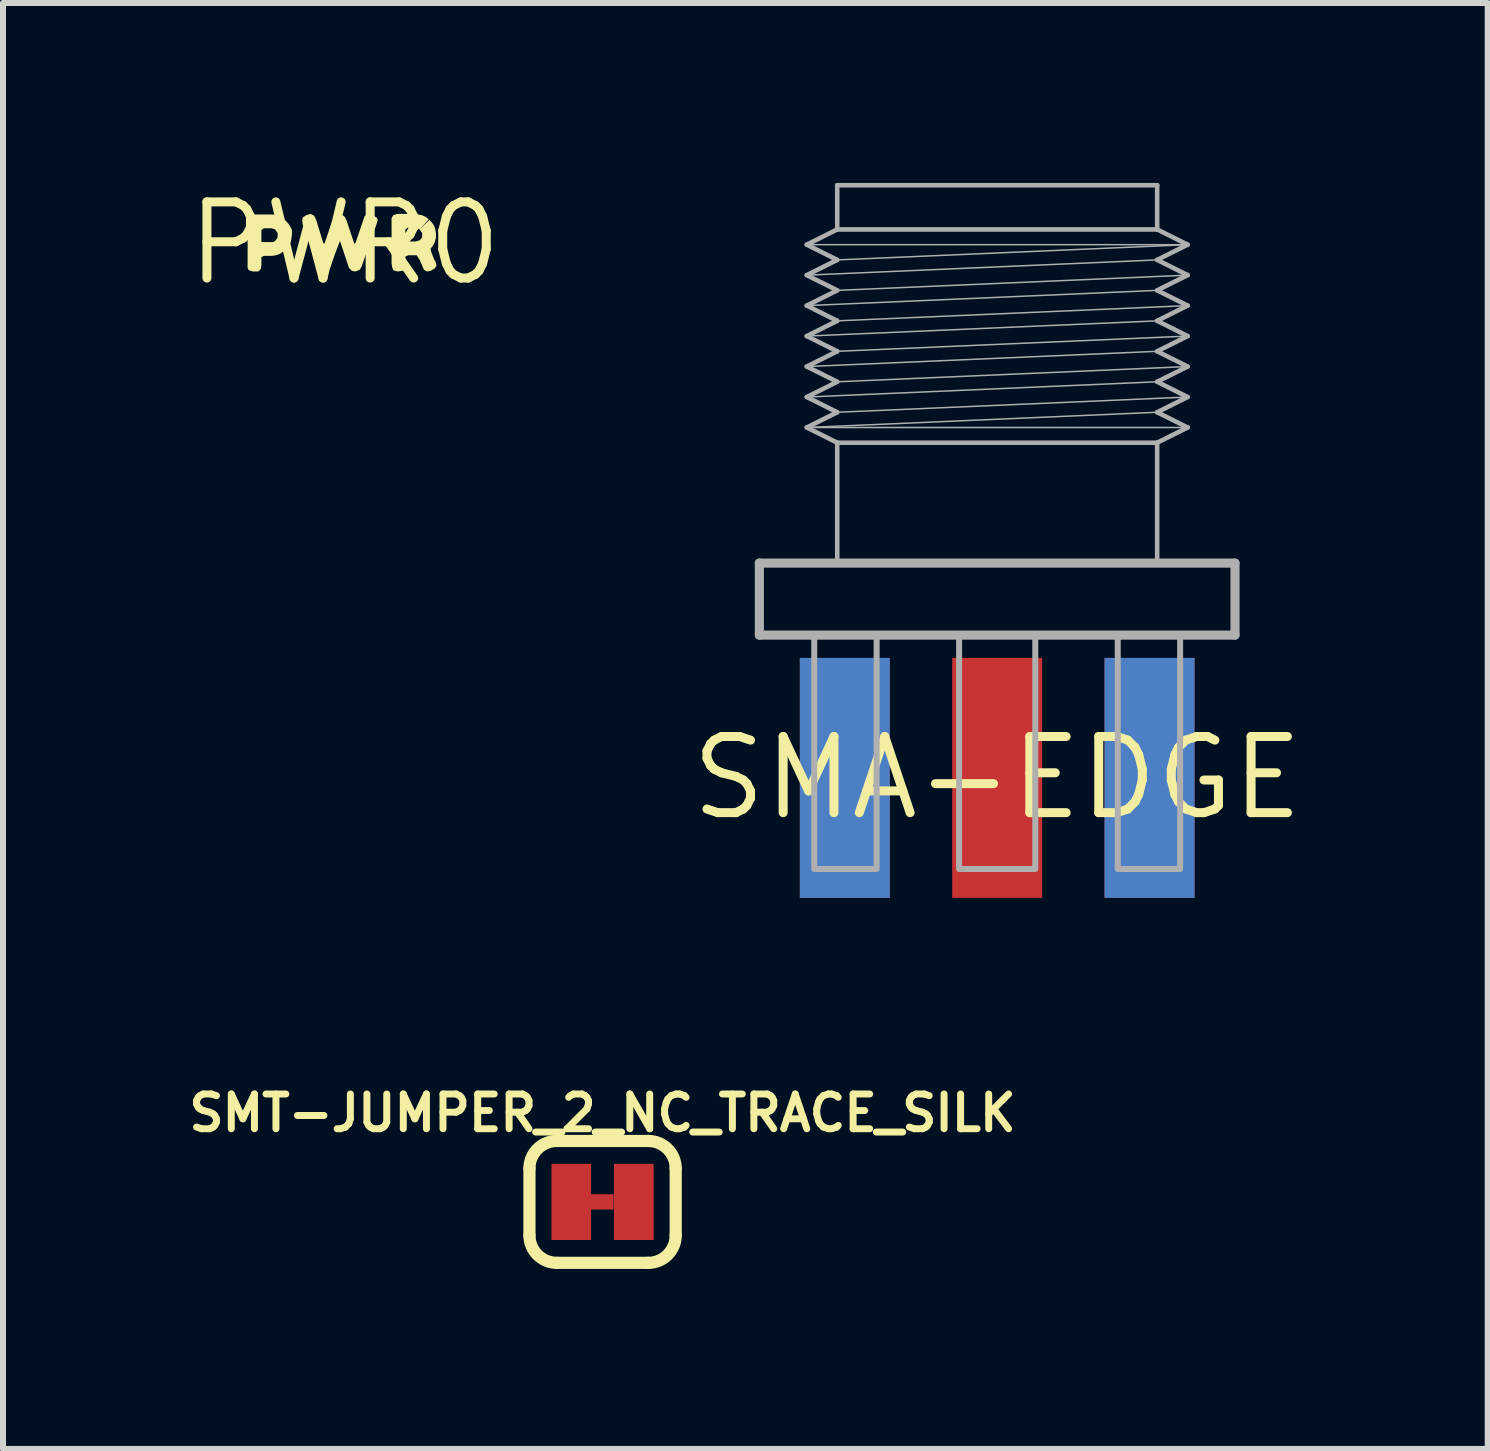
<source format=kicad_pcb>
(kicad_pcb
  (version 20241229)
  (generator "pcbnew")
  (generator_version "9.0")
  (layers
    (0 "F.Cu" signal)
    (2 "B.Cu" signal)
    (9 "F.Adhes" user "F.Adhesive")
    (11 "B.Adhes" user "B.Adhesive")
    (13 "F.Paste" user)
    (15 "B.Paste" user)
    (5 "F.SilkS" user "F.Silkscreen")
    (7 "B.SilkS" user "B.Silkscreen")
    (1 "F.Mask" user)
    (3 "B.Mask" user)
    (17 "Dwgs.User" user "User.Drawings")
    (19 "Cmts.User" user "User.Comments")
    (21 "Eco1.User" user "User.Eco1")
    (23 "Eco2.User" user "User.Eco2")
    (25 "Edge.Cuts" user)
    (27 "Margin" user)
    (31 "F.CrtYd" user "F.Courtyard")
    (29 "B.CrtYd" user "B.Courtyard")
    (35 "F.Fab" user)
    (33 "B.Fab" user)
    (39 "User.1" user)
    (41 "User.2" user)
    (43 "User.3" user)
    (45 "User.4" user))
  (footprint "PWR0"
    (layer "F.Cu")
    (at 2.698 1.006)
    (property "Reference" "PWR0" (at 0 0 0) (layer "F.SilkS") (effects (font (size 1.27 1.27) (thickness 0.15))))
    (attr through_hole)
    (fp_poly (pts (xy 0.46 -0.47) (xy 0.39 -0.49) (xy 0.33 -0.45) (xy 0.18 -0.01) (xy 0.16 0.01) (xy 0.03 -0.38) (xy 0 -0.44) (xy -0.05 -0.48) (xy -0.12 -0.47) (xy -0.18 -0.44) (xy -0.21 -0.37) (xy -0.34 0.01) (xy -0.36 -0.01) (xy -0.48 -0.4) (xy -0.51 -0.46) (xy -0.57 -0.49) (xy -0.64 -0.47) (xy -0.7 -0.43) (xy -0.71 -0.38) (xy -0.7 -0.31) (xy -0.45 0.4) (xy -0.41 0.45) (xy -0.35 0.47) (xy -0.28 0.46) (xy -0.24 0.4) (xy -0.16 0.17) (xy -0.08 -0.04) (xy 0.05 0.35) (xy 0.07 0.41) (xy 0.12 0.46) (xy 0.18 0.47) (xy 0.25 0.44) (xy 0.28 0.39) (xy 0.53 -0.32) (xy 0.55 -0.39) (xy 0.53 -0.43)) (stroke (width 0) (type solid)) (fill yes) (layer "F.SilkS"))
    (fp_poly (pts (xy -0.89 -0.24) (xy -0.92 -0.3) (xy -0.96 -0.35) (xy -1.01 -0.4) (xy -1.07 -0.44) (xy -1.13 -0.47) (xy -1.2 -0.48) (xy -1.26 -0.48) (xy -1.46 -0.48) (xy -1.54 -0.48) (xy -1.6 -0.46) (xy -1.62 -0.41) (xy -1.62 0.34) (xy -1.62 0.41) (xy -1.6 0.45) (xy -1.53 0.47) (xy -1.44 0.47) (xy -1.4 0.43) (xy -1.39 0.37) (xy -1.39 0.23) (xy -1.35 0.21) (xy -1.21 0.21) (xy -1.15 0.2) (xy -1.09 0.18) (xy -1.19 -0.02) (xy -1.39 -0.02) (xy -1.39 -0.22) (xy -1.35 -0.25) (xy -1.22 -0.25) (xy -1.16 -0.23) (xy -1.12 -0.17) (xy -1.12 -0.1) (xy -1.15 -0.05) (xy -1.19 -0.02) (xy -1.09 0.18) (xy -1.03 0.14) (xy -0.97 0.1) (xy -0.93 0.05) (xy -0.9 -0.02) (xy -0.89 -0.08) (xy -0.88 -0.15) (xy -0.88 -0.22)) (stroke (width 0) (type solid)) (fill yes) (layer "F.SilkS"))
    (fp_poly (pts (xy 1.49 0.27) (xy 1.44 0.14) (xy 1.43 0.09) (xy 1.47 0.04) (xy 1.5 -0.02) (xy 1.52 -0.09) (xy 1.52 -0.16) (xy 1.51 -0.23) (xy 1.49 -0.29) (xy 1.45 -0.35) (xy 1.41 -0.39) (xy 1.25 -0.23) (xy 1.29 -0.17) (xy 1.29 -0.1) (xy 1.25 -0.05) (xy 1.18 -0.03) (xy 1.05 -0.03) (xy 1.01 -0.03) (xy 1.01 -0.23) (xy 1.05 -0.26) (xy 1.12 -0.26) (xy 1.19 -0.26) (xy 1.25 -0.23) (xy 1.4 -0.4) (xy 1.35 -0.44) (xy 1.28 -0.47) (xy 1.22 -0.48) (xy 1.16 -0.49) (xy 0.88 -0.49) (xy 0.81 -0.47) (xy 0.78 -0.42) (xy 0.78 -0.35) (xy 0.78 0.33) (xy 0.79 0.4) (xy 0.81 0.45) (xy 0.88 0.47) (xy 0.96 0.46) (xy 1 0.42) (xy 1.01 0.36) (xy 1.01 0.22) (xy 1.06 0.2) (xy 1.2 0.2) (xy 1.25 0.28) (xy 1.32 0.44) (xy 1.37 0.47) (xy 1.43 0.46) (xy 1.5 0.42) (xy 1.53 0.37) (xy 1.51 0.3)) (stroke (width 0) (type solid)) (fill yes) (layer "F.SilkS")))
  (footprint "SMA-EDGE"
    (layer "F.Cu")
    (at 13.575 9.919)
    (property "Reference" "SMA-EDGE" (at 0 0 0) (layer "F.SilkS") (effects (font (size 1.27 1.27) (thickness 0.15))))
    (attr through_hole)
    (fp_line (start -3.965 -3.581) (end 3.965 -3.581) (stroke (width 0.152) (type solid)) (layer "F.Fab"))
    (fp_line (start -3.965 -2.381) (end -3.965 -3.581) (stroke (width 0.152) (type solid)) (layer "F.Fab"))
    (fp_line (start -3.175 -8.89) (end -2.667 -9.144) (stroke (width 0.076) (type solid)) (layer "F.Fab"))
    (fp_line (start -3.175 -8.382) (end -2.667 -8.636) (stroke (width 0.076) (type solid)) (layer "F.Fab"))
    (fp_line (start -3.175 -8.382) (end 2.667 -8.636) (stroke (width 0.025) (type solid)) (layer "F.Fab"))
    (fp_line (start -3.175 -7.874) (end -2.667 -8.128) (stroke (width 0.076) (type solid)) (layer "F.Fab"))
    (fp_line (start -3.175 -7.874) (end -2.667 -7.62) (stroke (width 0.076) (type solid)) (layer "F.Fab"))
    (fp_line (start -3.175 -7.874) (end 2.667 -8.128) (stroke (width 0.025) (type solid)) (layer "F.Fab"))
    (fp_line (start -3.175 -7.366) (end -2.667 -7.62) (stroke (width 0.076) (type solid)) (layer "F.Fab"))
    (fp_line (start -3.175 -7.366) (end 2.667 -7.62) (stroke (width 0.025) (type solid)) (layer "F.Fab"))
    (fp_line (start -3.175 -6.858) (end -2.667 -7.112) (stroke (width 0.076) (type solid)) (layer "F.Fab"))
    (fp_line (start -3.175 -6.858) (end 2.667 -7.112) (stroke (width 0.025) (type solid)) (layer "F.Fab"))
    (fp_line (start -3.175 -6.35) (end -2.667 -6.604) (stroke (width 0.076) (type solid)) (layer "F.Fab"))
    (fp_line (start -3.175 -6.35) (end 2.667 -6.604) (stroke (width 0.025) (type solid)) (layer "F.Fab"))
    (fp_line (start -3.175 -5.842) (end -2.667 -6.096) (stroke (width 0.076) (type solid)) (layer "F.Fab"))
    (fp_line (start -3.175 -5.842) (end 2.667 -6.096) (stroke (width 0.025) (type solid)) (layer "F.Fab"))
    (fp_line (start -3.175 -5.842) (end 3.175 -5.842) (stroke (width 0.025) (type solid)) (layer "F.Fab"))
    (fp_line (start -2.667 -9.881) (end 2.667 -9.881) (stroke (width 0.076) (type solid)) (layer "F.Fab"))
    (fp_line (start -2.667 -9.144) (end -2.667 -9.881) (stroke (width 0.076) (type solid)) (layer "F.Fab"))
    (fp_line (start -2.667 -9.144) (end 2.667 -9.144) (stroke (width 0.076) (type solid)) (layer "F.Fab"))
    (fp_line (start -2.667 -8.636) (end -3.175 -8.89) (stroke (width 0.076) (type solid)) (layer "F.Fab"))
    (fp_line (start -2.667 -8.636) (end 3.175 -8.89) (stroke (width 0.025) (type solid)) (layer "F.Fab"))
    (fp_line (start -2.667 -8.128) (end -3.175 -8.382) (stroke (width 0.076) (type solid)) (layer "F.Fab"))
    (fp_line (start -2.667 -8.128) (end 3.175 -8.382) (stroke (width 0.025) (type solid)) (layer "F.Fab"))
    (fp_line (start -2.667 -7.62) (end 3.175 -7.874) (stroke (width 0.025) (type solid)) (layer "F.Fab"))
    (fp_line (start -2.667 -7.112) (end -3.175 -7.366) (stroke (width 0.076) (type solid)) (layer "F.Fab"))
    (fp_line (start -2.667 -7.112) (end 3.175 -7.366) (stroke (width 0.025) (type solid)) (layer "F.Fab"))
    (fp_line (start -2.667 -6.604) (end -3.175 -6.858) (stroke (width 0.076) (type solid)) (layer "F.Fab"))
    (fp_line (start -2.667 -6.604) (end 3.175 -6.858) (stroke (width 0.025) (type solid)) (layer "F.Fab"))
    (fp_line (start -2.667 -6.096) (end -3.175 -6.35) (stroke (width 0.076) (type solid)) (layer "F.Fab"))
    (fp_line (start -2.667 -6.096) (end 3.175 -6.35) (stroke (width 0.025) (type solid)) (layer "F.Fab"))
    (fp_line (start -2.667 -5.588) (end -3.175 -5.842) (stroke (width 0.076) (type solid)) (layer "F.Fab"))
    (fp_line (start -2.667 -5.588) (end 2.667 -5.588) (stroke (width 0.076) (type solid)) (layer "F.Fab"))
    (fp_line (start -2.667 -3.581) (end -2.667 -5.588) (stroke (width 0.076) (type solid)) (layer "F.Fab"))
    (fp_line (start 2.667 -9.881) (end 2.667 -9.144) (stroke (width 0.076) (type solid)) (layer "F.Fab"))
    (fp_line (start 2.667 -9.144) (end 3.175 -8.89) (stroke (width 0.076) (type solid)) (layer "F.Fab"))
    (fp_line (start 2.667 -8.636) (end 3.175 -8.382) (stroke (width 0.076) (type solid)) (layer "F.Fab"))
    (fp_line (start 2.667 -8.128) (end 3.175 -7.874) (stroke (width 0.076) (type solid)) (layer "F.Fab"))
    (fp_line (start 2.667 -7.62) (end 3.175 -7.366) (stroke (width 0.076) (type solid)) (layer "F.Fab"))
    (fp_line (start 2.667 -7.112) (end 3.175 -6.858) (stroke (width 0.076) (type solid)) (layer "F.Fab"))
    (fp_line (start 2.667 -6.604) (end 3.175 -6.35) (stroke (width 0.076) (type solid)) (layer "F.Fab"))
    (fp_line (start 2.667 -6.096) (end 3.175 -5.842) (stroke (width 0.076) (type solid)) (layer "F.Fab"))
    (fp_line (start 2.667 -5.588) (end 2.667 -3.556) (stroke (width 0.076) (type solid)) (layer "F.Fab"))
    (fp_line (start 3.175 -8.89) (end -3.175 -8.89) (stroke (width 0.025) (type solid)) (layer "F.Fab"))
    (fp_line (start 3.175 -8.89) (end 2.667 -8.636) (stroke (width 0.076) (type solid)) (layer "F.Fab"))
    (fp_line (start 3.175 -8.382) (end 2.667 -8.128) (stroke (width 0.076) (type solid)) (layer "F.Fab"))
    (fp_line (start 3.175 -7.874) (end 2.667 -7.62) (stroke (width 0.076) (type solid)) (layer "F.Fab"))
    (fp_line (start 3.175 -7.366) (end 2.667 -7.112) (stroke (width 0.076) (type solid)) (layer "F.Fab"))
    (fp_line (start 3.175 -6.858) (end 2.667 -6.604) (stroke (width 0.076) (type solid)) (layer "F.Fab"))
    (fp_line (start 3.175 -6.35) (end 2.667 -6.096) (stroke (width 0.076) (type solid)) (layer "F.Fab"))
    (fp_line (start 3.175 -5.842) (end 2.667 -5.588) (stroke (width 0.076) (type solid)) (layer "F.Fab"))
    (fp_line (start 3.965 -3.581) (end 3.965 -2.381) (stroke (width 0.152) (type solid)) (layer "F.Fab"))
    (fp_line (start 3.965 -2.381) (end -3.965 -2.381) (stroke (width 0.152) (type solid)) (layer "F.Fab"))
    (fp_poly (pts (xy -3.05 1.519) (xy -2.01 1.519) (xy -2.01 -2.381) (xy -3.05 -2.381)) (stroke (width 0.1) (type solid)) (fill no) (layer "F.Fab"))
    (fp_poly (pts (xy -0.635 1.519) (xy 0.635 1.519) (xy 0.635 -2.381) (xy -0.635 -2.381)) (stroke (width 0.1) (type solid)) (fill no) (layer "F.Fab"))
    (fp_poly (pts (xy 2.01 1.519) (xy 3.05 1.519) (xy 3.05 -2.381) (xy 2.01 -2.381)) (stroke (width 0.1) (type solid)) (fill no) (layer "F.Fab"))
    (pad "GND@0" smd rect (at -2.54 0) (size 1.5 4) (layers "F.Cu" "F.Mask"))
    (pad "GND@1" smd rect (at 2.54 0) (size 1.5 4) (layers "F.Cu" "F.Mask"))
    (pad "GND@2" smd rect (at -2.54 0) (size 1.5 4) (layers "B.Cu" "B.Mask"))
    (pad "GND@3" smd rect (at 2.54 0) (size 1.5 4) (layers "B.Cu" "B.Mask"))
    (pad "SIG" smd rect (at 0 0) (size 1.5 4) (layers "F.Cu" "F.Mask")))
  (footprint "SMT-JUMPER_2_NC_TRACE_SILK"
    (layer "F.Cu")
    (at 6.996 16.988)
    (property "Reference" "SMT-JUMPER_2_NC_TRACE_SILK" (at 0 -1.143 0) (layer "F.SilkS") (effects (font (size 0.579 0.579) (thickness 0.116)) (justify bottom)))
    (attr through_hole)
    (fp_poly (pts (xy -0.699 -0.127) (xy 0.184 -0.127) (xy 0.184 0.127) (xy -0.699 0.127)) (stroke (width 0) (type solid)) (fill yes) (layer "F.Cu"))
    (fp_poly (pts (xy -0.191 -0.127) (xy 0.191 -0.127) (xy 0.191 0.127) (xy -0.191 0.127)) (stroke (width 0) (type solid)) (fill yes) (layer "F.Mask"))
    (fp_line (start -1.219 0.559) (end -1.219 -0.559) (stroke (width 0.203) (type solid)) (layer "F.SilkS"))
    (fp_line (start -0.762 -1.016) (end 0.762 -1.016) (stroke (width 0.203) (type solid)) (layer "F.SilkS"))
    (fp_line (start 0.762 1.016) (end -0.762 1.016) (stroke (width 0.203) (type solid)) (layer "F.SilkS"))
    (fp_line (start 1.219 0.559) (end 1.219 -0.559) (stroke (width 0.203) (type solid)) (layer "F.SilkS"))
    (fp_arc (start -1.2192 -0.5588) (mid -1.085289 -0.882089) (end -0.762 -1.016) (stroke (width 0.2032) (type solid)) (layer "F.SilkS"))
    (fp_arc (start -0.762 1.016) (mid -1.085289 0.882089) (end -1.2192 0.5588) (stroke (width 0.2032) (type solid)) (layer "F.SilkS"))
    (fp_arc (start 0.762 -1.016) (mid 1.085289 -0.882089) (end 1.2192 -0.5588) (stroke (width 0.2032) (type solid)) (layer "F.SilkS"))
    (fp_arc (start 1.2192 0.5588) (mid 1.085289 0.882089) (end 0.762 1.016) (stroke (width 0.2032) (type solid)) (layer "F.SilkS"))
    (pad "1" smd rect (at -0.521 0) (size 0.66 1.27) (layers "F.Cu" "F.Mask"))
    (pad "2" smd rect (at 0.521 0) (size 0.66 1.27) (layers "F.Cu" "F.Mask")))
  (gr_rect
    (start -3 -3)
    (end 21.753 21.106)
    (stroke (width 0.1) (type default))
    (fill no)
    (layer "Edge.Cuts")))
</source>
